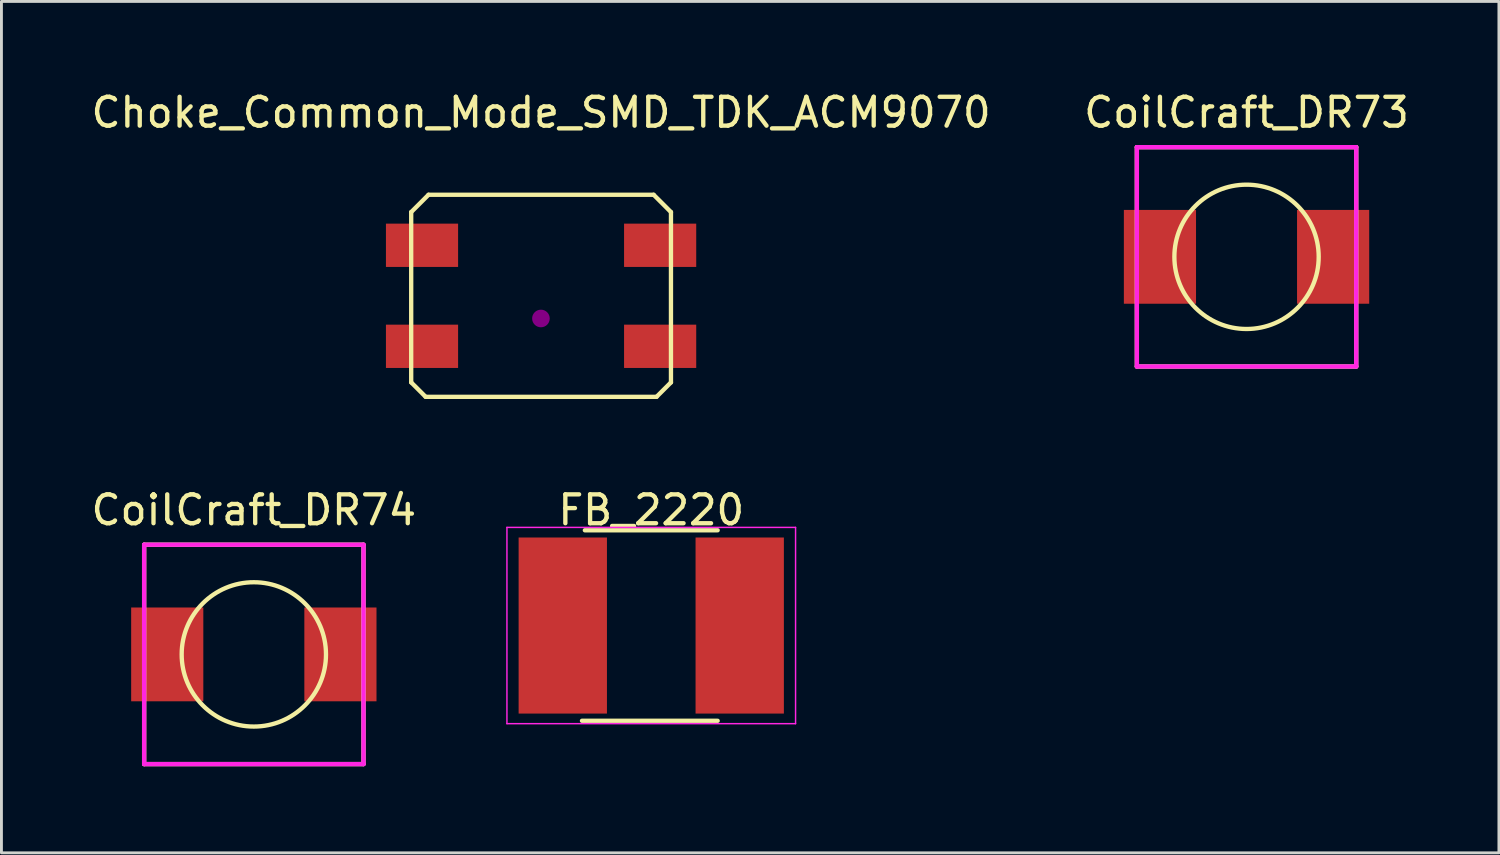
<source format=kicad_pcb>
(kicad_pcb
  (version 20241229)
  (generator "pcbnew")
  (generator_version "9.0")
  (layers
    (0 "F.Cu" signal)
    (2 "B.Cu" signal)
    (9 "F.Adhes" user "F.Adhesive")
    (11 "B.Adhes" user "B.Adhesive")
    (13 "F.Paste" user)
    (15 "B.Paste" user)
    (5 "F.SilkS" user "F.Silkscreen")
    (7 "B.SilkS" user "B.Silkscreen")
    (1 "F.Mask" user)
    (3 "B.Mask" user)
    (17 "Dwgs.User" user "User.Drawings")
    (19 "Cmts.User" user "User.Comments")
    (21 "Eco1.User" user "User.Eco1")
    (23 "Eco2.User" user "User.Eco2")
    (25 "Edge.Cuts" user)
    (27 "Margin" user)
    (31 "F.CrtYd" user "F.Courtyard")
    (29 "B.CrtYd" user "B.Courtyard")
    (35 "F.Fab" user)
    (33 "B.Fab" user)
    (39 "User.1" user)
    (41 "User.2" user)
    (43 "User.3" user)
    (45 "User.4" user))
  (footprint "Choke_Common_Mode_SMD_TDK_ACM9070"
    (layer "F.Cu")
    (at 15.696 7.198)
    (property "Reference" "Choke_Common_Mode_SMD_TDK_ACM9070" (at 0 -6.35 0) (layer "F.SilkS") (effects (font (size 1 1) (thickness 0.15))))
    (attr smd)
    (fp_line (start -4.5 -2.9) (end -4.5 3) (stroke (width 0.15) (type solid)) (layer "F.SilkS"))
    (fp_line (start -4.5 3) (end -4 3.5) (stroke (width 0.15) (type solid)) (layer "F.SilkS"))
    (fp_line (start -4 3.5) (end 4 3.5) (stroke (width 0.15) (type solid)) (layer "F.SilkS"))
    (fp_line (start -3.9 -3.5) (end -4.5 -2.9) (stroke (width 0.15) (type solid)) (layer "F.SilkS"))
    (fp_line (start 3.9 -3.5) (end -3.9 -3.5) (stroke (width 0.15) (type solid)) (layer "F.SilkS"))
    (fp_line (start 4 3.5) (end 4.5 3) (stroke (width 0.15) (type solid)) (layer "F.SilkS"))
    (fp_line (start 4.5 -2.9) (end 3.9 -3.5) (stroke (width 0.15) (type solid)) (layer "F.SilkS"))
    (fp_line (start 4.5 3) (end 4.5 -2.9) (stroke (width 0.15) (type solid)) (layer "F.SilkS"))
    (fp_circle (center -0.005 0.786) (end -0.005 0.786) (stroke (width 0.305) (type solid)) (fill no) (layer "F.Adhes"))
    (pad "1" smd rect (at -4.125 1.75) (size 2.5 1.5) (layers "F.Cu" "F.Mask" "F.Paste"))
    (pad "2" smd rect (at -4.125 -1.75) (size 2.5 1.5) (layers "F.Cu" "F.Mask" "F.Paste"))
    (pad "3" smd rect (at 4.125 -1.75) (size 2.5 1.5) (layers "F.Cu" "F.Mask" "F.Paste"))
    (pad "4" smd rect (at 4.125 1.75) (size 2.5 1.5) (layers "F.Cu" "F.Mask" "F.Paste")))
  (footprint "CoilCraft_DR73"
    (layer "F.Cu")
    (at 40.137 5.848)
    (property "Reference" "CoilCraft_DR73" (at 0 -5 0) (layer "F.SilkS") (effects (font (size 1 1) (thickness 0.15))))
    (attr through_hole)
    (fp_line (start -3.8 -3.8) (end 3.8 -3.8) (stroke (width 0.15) (type solid)) (layer "F.SilkS"))
    (fp_line (start -3.8 3.8) (end -3.8 -3.8) (stroke (width 0.15) (type solid)) (layer "F.SilkS"))
    (fp_line (start -3.8 3.8) (end 3.8 3.8) (stroke (width 0.15) (type solid)) (layer "F.SilkS"))
    (fp_line (start 3.8 3.8) (end 3.8 -3.8) (stroke (width 0.15) (type solid)) (layer "F.SilkS"))
    (fp_circle (center 0 0) (end 0 -2.5) (stroke (width 0.15) (type solid)) (fill no) (layer "F.SilkS"))
    (fp_line (start -3.8 -3.8) (end 3.8 -3.8) (stroke (width 0.15) (type solid)) (layer "F.CrtYd"))
    (fp_line (start -3.8 3.8) (end -3.8 -3.8) (stroke (width 0.15) (type solid)) (layer "F.CrtYd"))
    (fp_line (start -3.8 3.8) (end 3.8 3.8) (stroke (width 0.15) (type solid)) (layer "F.CrtYd"))
    (fp_line (start 3.8 3.8) (end 3.8 -3.8) (stroke (width 0.15) (type solid)) (layer "F.CrtYd"))
    (pad "1" smd rect (at -3 0) (size 2.5 3.25) (layers "F.Cu" "F.Mask" "F.Paste"))
    (pad "2" smd rect (at 3 0) (size 2.5 3.25) (layers "F.Cu" "F.Mask" "F.Paste")))
  (footprint "FB_2220"
    (layer "F.Cu")
    (at 19.513 18.622)
    (property "Reference" "FB_2220" (at 0 -4 0) (layer "F.SilkS") (effects (font (size 1 1) (thickness 0.15))))
    (attr smd)
    (fp_line (start -2.4 3.3) (end 2.3 3.3) (stroke (width 0.15) (type solid)) (layer "F.SilkS"))
    (fp_line (start 2.3 -3.3) (end -2.3 -3.3) (stroke (width 0.15) (type solid)) (layer "F.SilkS"))
    (fp_line (start -5 -3.4) (end -5 3.4) (stroke (width 0.05) (type solid)) (layer "F.CrtYd"))
    (fp_line (start -5 -3.4) (end 5 -3.4) (stroke (width 0.05) (type solid)) (layer "F.CrtYd"))
    (fp_line (start -5 3.4) (end 5 3.4) (stroke (width 0.05) (type solid)) (layer "F.CrtYd"))
    (fp_line (start 5 -3.4) (end 5 3.4) (stroke (width 0.05) (type solid)) (layer "F.CrtYd"))
    (pad "1" smd rect (at -3.065 0) (size 3.06 6.1) (layers "F.Cu" "F.Mask" "F.Paste"))
    (pad "2" smd rect (at 3.065 0) (size 3.06 6.1) (layers "F.Cu" "F.Mask" "F.Paste")))
  (footprint "CoilCraft_DR74"
    (layer "F.Cu")
    (at 5.744 19.622)
    (property "Reference" "CoilCraft_DR74" (at 0 -5 0) (layer "F.SilkS") (effects (font (size 1 1) (thickness 0.15))))
    (attr through_hole)
    (fp_line (start -3.8 -3.8) (end 3.8 -3.8) (stroke (width 0.15) (type solid)) (layer "F.SilkS"))
    (fp_line (start -3.8 3.8) (end -3.8 -3.8) (stroke (width 0.15) (type solid)) (layer "F.SilkS"))
    (fp_line (start -3.8 3.8) (end 3.8 3.8) (stroke (width 0.15) (type solid)) (layer "F.SilkS"))
    (fp_line (start 3.8 3.8) (end 3.8 -3.8) (stroke (width 0.15) (type solid)) (layer "F.SilkS"))
    (fp_circle (center 0 0) (end 0 -2.5) (stroke (width 0.15) (type solid)) (fill no) (layer "F.SilkS"))
    (fp_line (start -3.8 -3.8) (end 3.8 -3.8) (stroke (width 0.15) (type solid)) (layer "F.CrtYd"))
    (fp_line (start -3.8 3.8) (end -3.8 -3.8) (stroke (width 0.15) (type solid)) (layer "F.CrtYd"))
    (fp_line (start -3.8 3.8) (end 3.8 3.8) (stroke (width 0.15) (type solid)) (layer "F.CrtYd"))
    (fp_line (start 3.8 3.8) (end 3.8 -3.8) (stroke (width 0.15) (type solid)) (layer "F.CrtYd"))
    (pad "1" smd rect (at -3 0) (size 2.5 3.25) (layers "F.Cu" "F.Mask" "F.Paste"))
    (pad "2" smd rect (at 3 0) (size 2.5 3.25) (layers "F.Cu" "F.Mask" "F.Paste")))
  (gr_rect
    (start -3 -3)
    (end 48.881 26.497)
    (stroke (width 0.1) (type default))
    (fill no)
    (layer "Edge.Cuts")))
</source>
